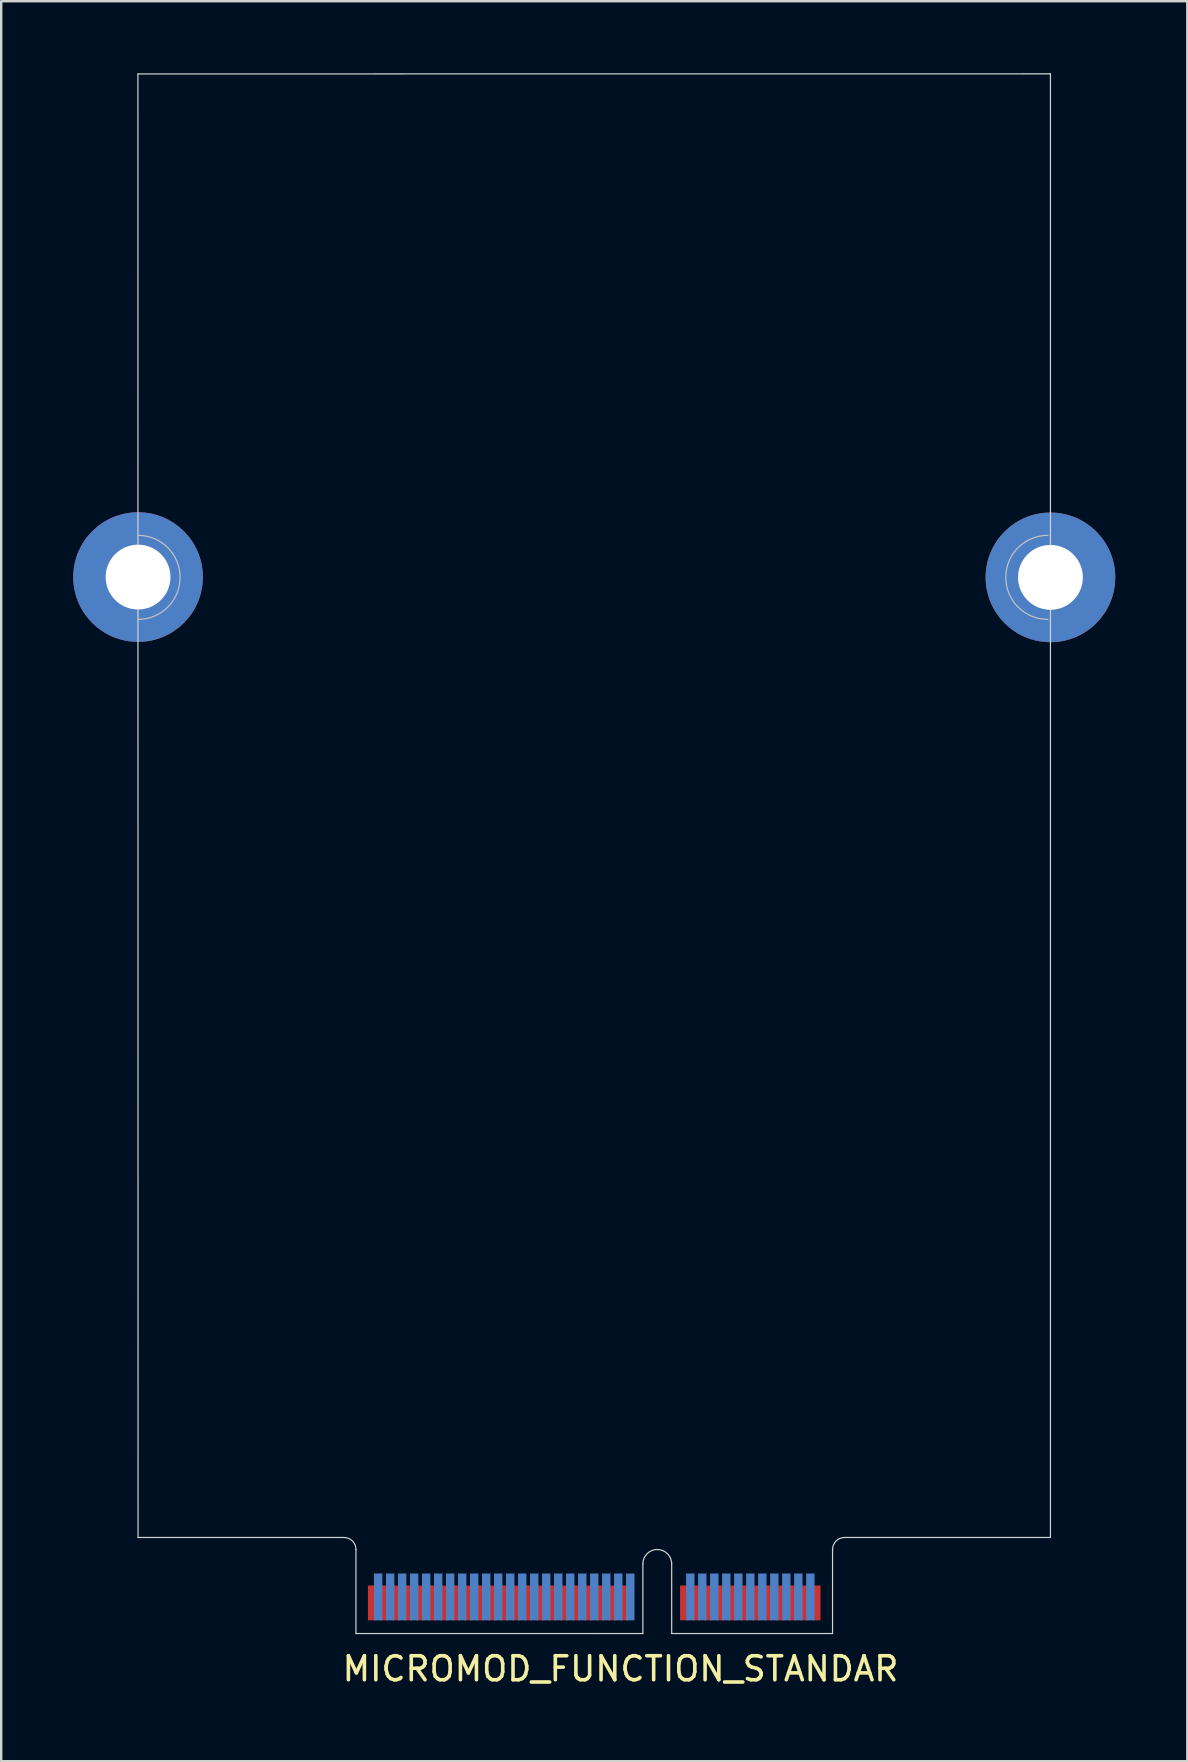
<source format=kicad_pcb>
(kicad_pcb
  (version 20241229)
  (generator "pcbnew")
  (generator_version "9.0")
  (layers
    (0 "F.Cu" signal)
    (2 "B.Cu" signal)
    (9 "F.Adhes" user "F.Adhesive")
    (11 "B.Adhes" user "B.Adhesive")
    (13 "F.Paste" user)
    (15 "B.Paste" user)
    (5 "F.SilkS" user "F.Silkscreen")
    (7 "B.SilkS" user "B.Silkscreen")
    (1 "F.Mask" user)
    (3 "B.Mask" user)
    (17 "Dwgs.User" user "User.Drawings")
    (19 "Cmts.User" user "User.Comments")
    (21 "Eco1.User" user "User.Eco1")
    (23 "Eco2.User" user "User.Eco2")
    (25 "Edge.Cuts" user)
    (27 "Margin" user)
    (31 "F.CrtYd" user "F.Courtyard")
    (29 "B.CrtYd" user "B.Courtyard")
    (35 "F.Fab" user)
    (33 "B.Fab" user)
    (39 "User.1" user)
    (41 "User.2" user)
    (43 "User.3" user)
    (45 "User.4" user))
  (footprint "MICROMOD_FUNCTION_STANDAR"
    (layer "F.Cu")
    (at 22.793 66.954)
    (property "Reference" "MICROMOD_FUNCTION_STANDAR" (at 0 -0.5 0) (unlocked yes) (layer "F.SilkS") (effects (font (size 1 1) (thickness 0.15))))
    (fp_poly (pts (xy -11.018 -1.969) (xy 0.932 -1.969) (xy 0.932 -3.969) (xy -11.018 -3.969)) (stroke (width 0.1) (type solid)) (fill yes) (layer "F.Mask"))
    (fp_poly (pts (xy 2.132 -1.969) (xy 8.832 -1.969) (xy 8.832 -3.969) (xy 2.132 -3.969)) (stroke (width 0.1) (type solid)) (fill yes) (layer "F.Mask"))
    (fp_poly (pts (xy -11.018 -1.969) (xy 0.932 -1.969) (xy 0.932 -4.469) (xy -11.018 -4.469)) (stroke (width 0.1) (type solid)) (fill yes) (layer "B.Mask"))
    (fp_poly (pts (xy 2.132 -1.969) (xy 8.832 -1.969) (xy 8.832 -4.469) (xy 2.132 -4.469)) (stroke (width 0.1) (type solid)) (fill yes) (layer "B.Mask"))
    (fp_arc (start -20.093 -47.7072) (mid -18.343 -45.9572) (end -20.093 -44.2072) (stroke (width 0.0508) (type solid)) (layer "Dwgs.User"))
    (fp_arc (start 17.7976 -44.2072) (mid 16.0476 -45.9572) (end 17.7976 -47.7072) (stroke (width 0.0508) (type solid)) (layer "Dwgs.User"))
    (fp_line (start -20.099 -66.925) (end 17.907 -66.929) (stroke (width 0.05) (type solid)) (layer "Edge.Cuts"))
    (fp_line (start -20.093 -5.969) (end -20.099 -66.925) (stroke (width 0.05) (type solid)) (layer "Edge.Cuts"))
    (fp_line (start -11.518 -5.969) (end -20.093 -5.969) (stroke (width 0.05) (type solid)) (layer "Edge.Cuts"))
    (fp_line (start -11.018 -5.469) (end -11.018 -1.969) (stroke (width 0.05) (type solid)) (layer "Edge.Cuts"))
    (fp_line (start -11.018 -1.969) (end -1.093 -1.969) (stroke (width 0.05) (type solid)) (layer "Edge.Cuts"))
    (fp_line (start -1.093 -1.969) (end 0.932 -1.969) (stroke (width 0.05) (type solid)) (layer "Edge.Cuts"))
    (fp_line (start 0.932 -1.969) (end 0.932 -4.869) (stroke (width 0.05) (type solid)) (layer "Edge.Cuts"))
    (fp_line (start 2.132 -4.869) (end 2.132 -1.969) (stroke (width 0.05) (type solid)) (layer "Edge.Cuts"))
    (fp_line (start 2.132 -1.969) (end 8.832 -1.969) (stroke (width 0.05) (type solid)) (layer "Edge.Cuts"))
    (fp_line (start 8.832 -1.969) (end 8.832 -5.469) (stroke (width 0.05) (type solid)) (layer "Edge.Cuts"))
    (fp_line (start 9.332 -5.969) (end 17.907 -5.969) (stroke (width 0.05) (type solid)) (layer "Edge.Cuts"))
    (fp_line (start 17.907 -5.969) (end 17.907 -66.929) (stroke (width 0.05) (type solid)) (layer "Edge.Cuts"))
    (fp_arc (start -11.518 -5.969) (mid -11.164447 -5.822553) (end -11.018 -5.469) (stroke (width 0.05) (type solid)) (layer "Edge.Cuts"))
    (fp_arc (start 0.932 -4.869) (mid 1.532 -5.469) (end 2.132 -4.869) (stroke (width 0.05) (type solid)) (layer "Edge.Cuts"))
    (fp_arc (start 8.832 -5.469) (mid 8.978447 -5.822553) (end 9.332 -5.969) (stroke (width 0.05) (type solid)) (layer "Edge.Cuts"))
    (pad "1" thru_hole circle (at -20.093 -45.969) (size 5.4 5.4) (drill 2.7) (layers "*.Cu" "*.Mask"))
    (pad "1" smd rect (at 8.157 -3.244) (size 0.35 1.45) (layers "F.Cu"))
    (pad "1" thru_hole circle (at 17.907 -45.957) (size 5.4 5.4) (drill 2.7) (layers "*.Cu" "*.Mask"))
    (pad "2" smd rect (at 7.907 -3.494) (size 0.35 1.95) (layers "B.Cu"))
    (pad "3" smd rect (at 7.657 -3.244) (size 0.35 1.45) (layers "F.Cu"))
    (pad "4" smd rect (at 7.407 -3.494) (size 0.35 1.95) (layers "B.Cu"))
    (pad "5" smd rect (at 7.157 -3.244) (size 0.35 1.45) (layers "F.Cu"))
    (pad "6" smd rect (at 6.907 -3.494) (size 0.35 1.95) (layers "B.Cu"))
    (pad "7" smd rect (at 6.657 -3.244) (size 0.35 1.45) (layers "F.Cu"))
    (pad "8" smd rect (at 6.407 -3.494) (size 0.35 1.95) (layers "B.Cu"))
    (pad "9" smd rect (at 6.157 -3.244) (size 0.35 1.45) (layers "F.Cu"))
    (pad "10" smd rect (at 5.907 -3.494) (size 0.35 1.95) (layers "B.Cu"))
    (pad "11" smd rect (at 5.657 -3.244) (size 0.35 1.45) (layers "F.Cu"))
    (pad "12" smd rect (at 5.407 -3.494) (size 0.35 1.95) (layers "B.Cu"))
    (pad "13" smd rect (at 5.157 -3.244) (size 0.35 1.45) (layers "F.Cu"))
    (pad "14" smd rect (at 4.907 -3.494) (size 0.35 1.95) (layers "B.Cu"))
    (pad "15" smd rect (at 4.657 -3.244) (size 0.35 1.45) (layers "F.Cu"))
    (pad "16" smd rect (at 4.407 -3.494) (size 0.35 1.95) (layers "B.Cu"))
    (pad "17" smd rect (at 4.157 -3.244) (size 0.35 1.45) (layers "F.Cu"))
    (pad "18" smd rect (at 3.907 -3.494) (size 0.35 1.95) (layers "B.Cu"))
    (pad "19" smd rect (at 3.657 -3.244) (size 0.35 1.45) (layers "F.Cu"))
    (pad "20" smd rect (at 3.407 -3.494) (size 0.35 1.95) (layers "B.Cu"))
    (pad "21" smd rect (at 3.157 -3.244) (size 0.35 1.45) (layers "F.Cu"))
    (pad "22" smd rect (at 2.907 -3.494) (size 0.35 1.95) (layers "B.Cu"))
    (pad "23" smd rect (at 2.657 -3.244) (size 0.35 1.45) (layers "F.Cu"))
    (pad "32" smd rect (at 0.407 -3.494) (size 0.35 1.95) (layers "B.Cu"))
    (pad "33" smd rect (at 0.157 -3.244) (size 0.35 1.45) (layers "F.Cu"))
    (pad "34" smd rect (at -0.093 -3.494) (size 0.35 1.95) (layers "B.Cu"))
    (pad "35" smd rect (at -0.343 -3.244) (size 0.35 1.45) (layers "F.Cu"))
    (pad "36" smd rect (at -0.593 -3.494) (size 0.35 1.95) (layers "B.Cu"))
    (pad "37" smd rect (at -0.843 -3.244) (size 0.35 1.45) (layers "F.Cu"))
    (pad "38" smd rect (at -1.093 -3.494) (size 0.35 1.95) (layers "B.Cu"))
    (pad "39" smd rect (at -1.343 -3.244) (size 0.35 1.45) (layers "F.Cu"))
    (pad "40" smd rect (at -1.593 -3.494) (size 0.35 1.95) (layers "B.Cu"))
    (pad "41" smd rect (at -1.843 -3.244) (size 0.35 1.45) (layers "F.Cu"))
    (pad "42" smd rect (at -2.093 -3.494) (size 0.35 1.95) (layers "B.Cu"))
    (pad "43" smd rect (at -2.343 -3.244) (size 0.35 1.45) (layers "F.Cu"))
    (pad "44" smd rect (at -2.593 -3.494) (size 0.35 1.95) (layers "B.Cu"))
    (pad "45" smd rect (at -2.843 -3.244) (size 0.35 1.45) (layers "F.Cu"))
    (pad "46" smd rect (at -3.093 -3.494) (size 0.35 1.95) (layers "B.Cu"))
    (pad "47" smd rect (at -3.343 -3.244) (size 0.35 1.45) (layers "F.Cu"))
    (pad "48" smd rect (at -3.593 -3.494) (size 0.35 1.95) (layers "B.Cu"))
    (pad "49" smd rect (at -3.843 -3.244) (size 0.35 1.45) (layers "F.Cu"))
    (pad "50" smd rect (at -4.093 -3.494) (size 0.35 1.95) (layers "B.Cu"))
    (pad "51" smd rect (at -4.343 -3.244) (size 0.35 1.45) (layers "F.Cu"))
    (pad "52" smd rect (at -4.593 -3.494) (size 0.35 1.95) (layers "B.Cu"))
    (pad "53" smd rect (at -4.843 -3.244) (size 0.35 1.45) (layers "F.Cu"))
    (pad "54" smd rect (at -5.093 -3.494) (size 0.35 1.95) (layers "B.Cu"))
    (pad "55" smd rect (at -5.343 -3.244) (size 0.35 1.45) (layers "F.Cu"))
    (pad "56" smd rect (at -5.593 -3.494) (size 0.35 1.95) (layers "B.Cu"))
    (pad "57" smd rect (at -5.843 -3.244) (size 0.35 1.45) (layers "F.Cu"))
    (pad "58" smd rect (at -6.093 -3.494) (size 0.35 1.95) (layers "B.Cu"))
    (pad "59" smd rect (at -6.343 -3.244) (size 0.35 1.45) (layers "F.Cu"))
    (pad "60" smd rect (at -6.593 -3.494) (size 0.35 1.95) (layers "B.Cu"))
    (pad "61" smd rect (at -6.843 -3.244) (size 0.35 1.45) (layers "F.Cu"))
    (pad "62" smd rect (at -7.093 -3.494) (size 0.35 1.95) (layers "B.Cu"))
    (pad "63" smd rect (at -7.343 -3.244) (size 0.35 1.45) (layers "F.Cu"))
    (pad "64" smd rect (at -7.593 -3.494) (size 0.35 1.95) (layers "B.Cu"))
    (pad "65" smd rect (at -7.843 -3.244) (size 0.35 1.45) (layers "F.Cu"))
    (pad "66" smd rect (at -8.093 -3.494) (size 0.35 1.95) (layers "B.Cu"))
    (pad "67" smd rect (at -8.343 -3.244) (size 0.35 1.45) (layers "F.Cu"))
    (pad "68" smd rect (at -8.593 -3.494) (size 0.35 1.95) (layers "B.Cu"))
    (pad "69" smd rect (at -8.843 -3.244) (size 0.35 1.45) (layers "F.Cu"))
    (pad "70" smd rect (at -9.093 -3.494) (size 0.35 1.95) (layers "B.Cu"))
    (pad "71" smd rect (at -9.343 -3.244) (size 0.35 1.45) (layers "F.Cu"))
    (pad "72" smd rect (at -9.593 -3.494) (size 0.35 1.95) (layers "B.Cu"))
    (pad "73" smd rect (at -9.843 -3.244) (size 0.35 1.45) (layers "F.Cu"))
    (pad "74" smd rect (at -10.093 -3.494) (size 0.35 1.95) (layers "B.Cu"))
    (pad "75" smd rect (at -10.343 -3.244) (size 0.35 1.45) (layers "F.Cu")))
  (gr_rect
    (start -3 -3)
    (end 46.4 70.302)
    (stroke (width 0.1) (type default))
    (fill no)
    (layer "Edge.Cuts")))
</source>
